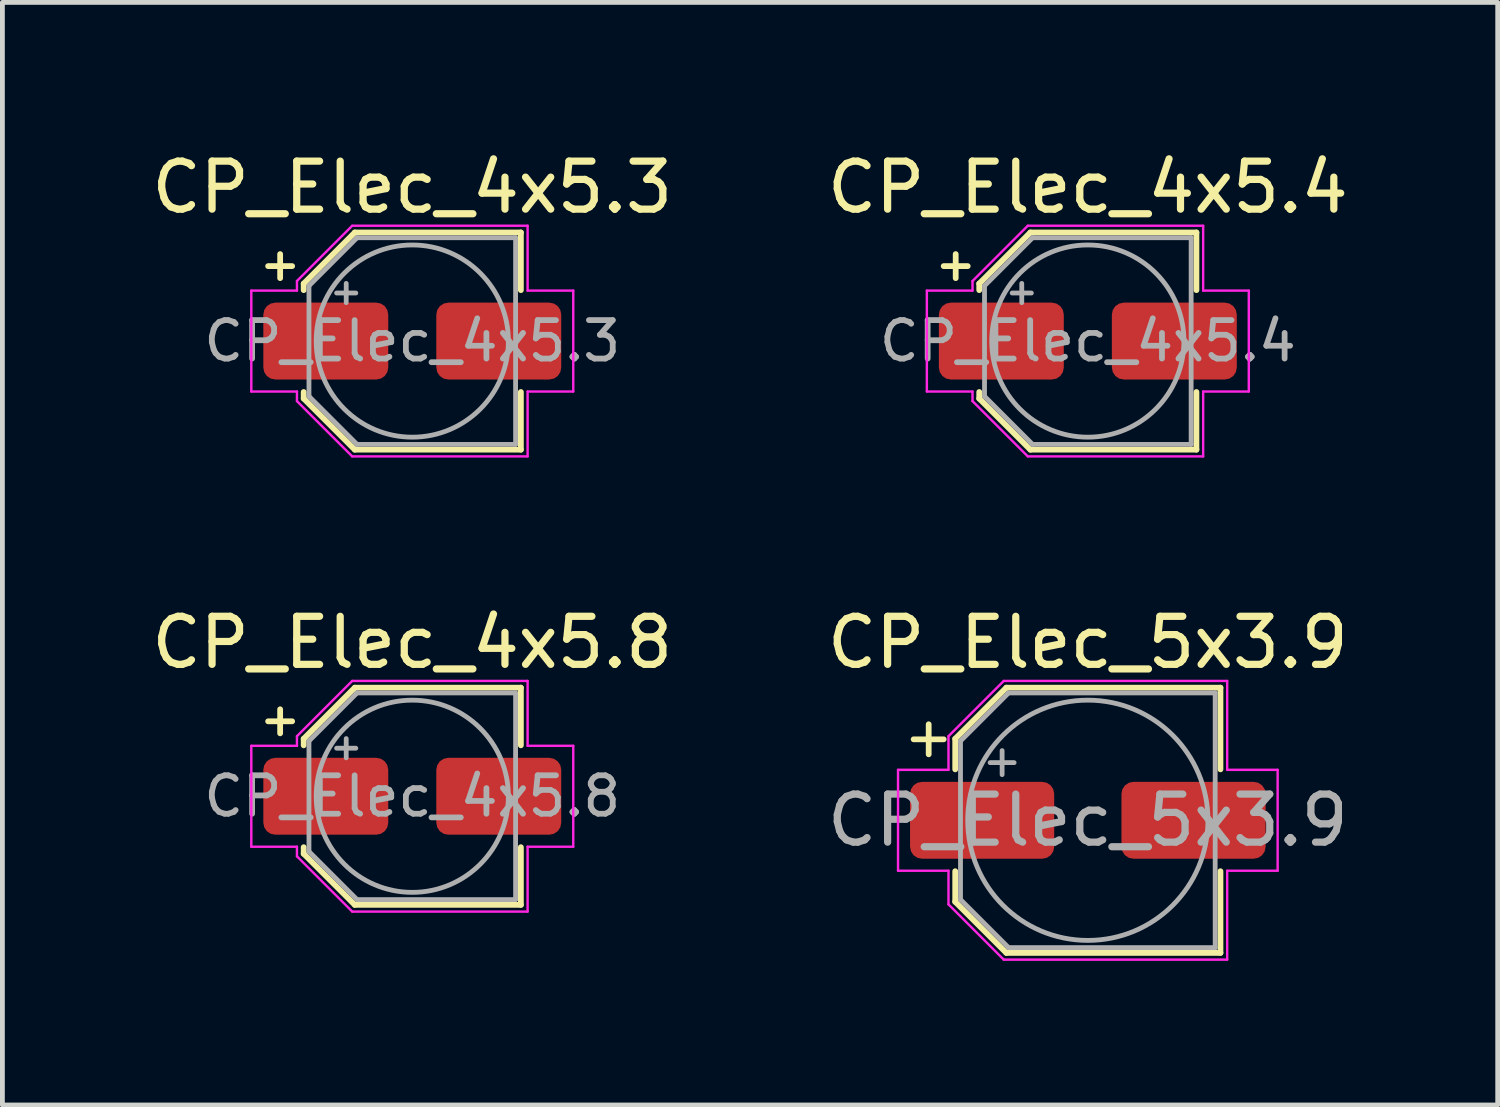
<source format=kicad_pcb>
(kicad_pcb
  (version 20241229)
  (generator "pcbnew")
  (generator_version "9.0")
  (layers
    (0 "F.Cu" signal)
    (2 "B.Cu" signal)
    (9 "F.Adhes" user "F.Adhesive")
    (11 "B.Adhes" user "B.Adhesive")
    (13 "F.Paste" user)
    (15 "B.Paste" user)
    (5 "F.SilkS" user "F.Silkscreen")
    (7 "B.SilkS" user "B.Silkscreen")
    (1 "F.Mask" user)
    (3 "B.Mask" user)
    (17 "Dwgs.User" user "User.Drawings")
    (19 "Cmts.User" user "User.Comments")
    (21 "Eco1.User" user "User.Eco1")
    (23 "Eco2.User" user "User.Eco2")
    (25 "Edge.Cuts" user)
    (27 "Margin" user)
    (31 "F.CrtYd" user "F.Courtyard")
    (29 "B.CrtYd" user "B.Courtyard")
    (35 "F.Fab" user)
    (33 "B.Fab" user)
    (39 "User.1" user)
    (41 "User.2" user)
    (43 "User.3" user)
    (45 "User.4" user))
  (footprint "CP_Elec_5x3.9"
    (layer "F.Cu")
    (at 19.589 14.021)
    (property "Reference" "CP_Elec_5x3.9" (at 0 -3.7 0) (layer "F.SilkS") (effects (font (size 1 1) (thickness 0.15))))
    (attr smd)
    (fp_line (start -3.625 -1.685) (end -3 -1.685) (stroke (width 0.12) (type solid)) (layer "F.SilkS"))
    (fp_line (start -3.312 -1.998) (end -3.312 -1.373) (stroke (width 0.12) (type solid)) (layer "F.SilkS"))
    (fp_line (start -2.76 -1.696) (end -2.76 -1.06) (stroke (width 0.12) (type solid)) (layer "F.SilkS"))
    (fp_line (start -2.76 -1.696) (end -1.696 -2.76) (stroke (width 0.12) (type solid)) (layer "F.SilkS"))
    (fp_line (start -2.76 1.696) (end -2.76 1.06) (stroke (width 0.12) (type solid)) (layer "F.SilkS"))
    (fp_line (start -2.76 1.696) (end -1.696 2.76) (stroke (width 0.12) (type solid)) (layer "F.SilkS"))
    (fp_line (start -1.696 -2.76) (end 2.76 -2.76) (stroke (width 0.12) (type solid)) (layer "F.SilkS"))
    (fp_line (start -1.696 2.76) (end 2.76 2.76) (stroke (width 0.12) (type solid)) (layer "F.SilkS"))
    (fp_line (start 2.76 -2.76) (end 2.76 -1.06) (stroke (width 0.12) (type solid)) (layer "F.SilkS"))
    (fp_line (start 2.76 2.76) (end 2.76 1.06) (stroke (width 0.12) (type solid)) (layer "F.SilkS"))
    (fp_line (start -3.95 -1.05) (end -3.95 1.05) (stroke (width 0.05) (type solid)) (layer "F.CrtYd"))
    (fp_line (start -3.95 1.05) (end -2.9 1.05) (stroke (width 0.05) (type solid)) (layer "F.CrtYd"))
    (fp_line (start -2.9 -1.75) (end -2.9 -1.05) (stroke (width 0.05) (type solid)) (layer "F.CrtYd"))
    (fp_line (start -2.9 -1.75) (end -1.75 -2.9) (stroke (width 0.05) (type solid)) (layer "F.CrtYd"))
    (fp_line (start -2.9 -1.05) (end -3.95 -1.05) (stroke (width 0.05) (type solid)) (layer "F.CrtYd"))
    (fp_line (start -2.9 1.05) (end -2.9 1.75) (stroke (width 0.05) (type solid)) (layer "F.CrtYd"))
    (fp_line (start -2.9 1.75) (end -1.75 2.9) (stroke (width 0.05) (type solid)) (layer "F.CrtYd"))
    (fp_line (start -1.75 -2.9) (end 2.9 -2.9) (stroke (width 0.05) (type solid)) (layer "F.CrtYd"))
    (fp_line (start -1.75 2.9) (end 2.9 2.9) (stroke (width 0.05) (type solid)) (layer "F.CrtYd"))
    (fp_line (start 2.9 -2.9) (end 2.9 -1.05) (stroke (width 0.05) (type solid)) (layer "F.CrtYd"))
    (fp_line (start 2.9 -1.05) (end 3.95 -1.05) (stroke (width 0.05) (type solid)) (layer "F.CrtYd"))
    (fp_line (start 2.9 1.05) (end 2.9 2.9) (stroke (width 0.05) (type solid)) (layer "F.CrtYd"))
    (fp_line (start 3.95 -1.05) (end 3.95 1.05) (stroke (width 0.05) (type solid)) (layer "F.CrtYd"))
    (fp_line (start 3.95 1.05) (end 2.9 1.05) (stroke (width 0.05) (type solid)) (layer "F.CrtYd"))
    (fp_line (start -2.65 -1.65) (end -2.65 1.65) (stroke (width 0.1) (type solid)) (layer "F.Fab"))
    (fp_line (start -2.65 -1.65) (end -1.65 -2.65) (stroke (width 0.1) (type solid)) (layer "F.Fab"))
    (fp_line (start -2.65 1.65) (end -1.65 2.65) (stroke (width 0.1) (type solid)) (layer "F.Fab"))
    (fp_line (start -2.034 -1.2) (end -1.534 -1.2) (stroke (width 0.1) (type solid)) (layer "F.Fab"))
    (fp_line (start -1.784 -1.45) (end -1.784 -0.95) (stroke (width 0.1) (type solid)) (layer "F.Fab"))
    (fp_line (start -1.65 -2.65) (end 2.65 -2.65) (stroke (width 0.1) (type solid)) (layer "F.Fab"))
    (fp_line (start -1.65 2.65) (end 2.65 2.65) (stroke (width 0.1) (type solid)) (layer "F.Fab"))
    (fp_line (start 2.65 -2.65) (end 2.65 2.65) (stroke (width 0.1) (type solid)) (layer "F.Fab"))
    (fp_circle (center 0 0) (end 2.5 0) (stroke (width 0.1) (type solid)) (fill no) (layer "F.Fab"))
    (fp_text user "${REFERENCE}" (at 0 0 0) (layer "F.Fab") (effects (font (size 1 1) (thickness 0.15))))
    (pad "1" smd roundrect (at -2.2 0) (size 3 1.6) (layers "F.Cu" "F.Mask" "F.Paste") (roundrect_rratio 0.156))
    (pad "2" smd roundrect (at 2.2 0) (size 3 1.6) (layers "F.Cu" "F.Mask" "F.Paste") (roundrect_rratio 0.156)))
  (footprint "CP_Elec_4x5.4"
    (layer "F.Cu")
    (at 19.589 4.048)
    (property "Reference" "CP_Elec_4x5.4" (at 0 -3.2 0) (layer "F.SilkS") (effects (font (size 1 1) (thickness 0.15))))
    (attr smd)
    (fp_line (start -3 -1.56) (end -2.5 -1.56) (stroke (width 0.12) (type solid)) (layer "F.SilkS"))
    (fp_line (start -2.75 -1.81) (end -2.75 -1.31) (stroke (width 0.12) (type solid)) (layer "F.SilkS"))
    (fp_line (start -2.26 -1.196) (end -2.26 -1.06) (stroke (width 0.12) (type solid)) (layer "F.SilkS"))
    (fp_line (start -2.26 -1.196) (end -1.196 -2.26) (stroke (width 0.12) (type solid)) (layer "F.SilkS"))
    (fp_line (start -2.26 1.196) (end -2.26 1.06) (stroke (width 0.12) (type solid)) (layer "F.SilkS"))
    (fp_line (start -2.26 1.196) (end -1.196 2.26) (stroke (width 0.12) (type solid)) (layer "F.SilkS"))
    (fp_line (start -1.196 -2.26) (end 2.26 -2.26) (stroke (width 0.12) (type solid)) (layer "F.SilkS"))
    (fp_line (start -1.196 2.26) (end 2.26 2.26) (stroke (width 0.12) (type solid)) (layer "F.SilkS"))
    (fp_line (start 2.26 -2.26) (end 2.26 -1.06) (stroke (width 0.12) (type solid)) (layer "F.SilkS"))
    (fp_line (start 2.26 2.26) (end 2.26 1.06) (stroke (width 0.12) (type solid)) (layer "F.SilkS"))
    (fp_line (start -3.35 -1.05) (end -3.35 1.05) (stroke (width 0.05) (type solid)) (layer "F.CrtYd"))
    (fp_line (start -3.35 1.05) (end -2.4 1.05) (stroke (width 0.05) (type solid)) (layer "F.CrtYd"))
    (fp_line (start -2.4 -1.25) (end -2.4 -1.05) (stroke (width 0.05) (type solid)) (layer "F.CrtYd"))
    (fp_line (start -2.4 -1.25) (end -1.25 -2.4) (stroke (width 0.05) (type solid)) (layer "F.CrtYd"))
    (fp_line (start -2.4 -1.05) (end -3.35 -1.05) (stroke (width 0.05) (type solid)) (layer "F.CrtYd"))
    (fp_line (start -2.4 1.05) (end -2.4 1.25) (stroke (width 0.05) (type solid)) (layer "F.CrtYd"))
    (fp_line (start -2.4 1.25) (end -1.25 2.4) (stroke (width 0.05) (type solid)) (layer "F.CrtYd"))
    (fp_line (start -1.25 -2.4) (end 2.4 -2.4) (stroke (width 0.05) (type solid)) (layer "F.CrtYd"))
    (fp_line (start -1.25 2.4) (end 2.4 2.4) (stroke (width 0.05) (type solid)) (layer "F.CrtYd"))
    (fp_line (start 2.4 -2.4) (end 2.4 -1.05) (stroke (width 0.05) (type solid)) (layer "F.CrtYd"))
    (fp_line (start 2.4 -1.05) (end 3.35 -1.05) (stroke (width 0.05) (type solid)) (layer "F.CrtYd"))
    (fp_line (start 2.4 1.05) (end 2.4 2.4) (stroke (width 0.05) (type solid)) (layer "F.CrtYd"))
    (fp_line (start 3.35 -1.05) (end 3.35 1.05) (stroke (width 0.05) (type solid)) (layer "F.CrtYd"))
    (fp_line (start 3.35 1.05) (end 2.4 1.05) (stroke (width 0.05) (type solid)) (layer "F.CrtYd"))
    (fp_line (start -2.15 -1.15) (end -2.15 1.15) (stroke (width 0.1) (type solid)) (layer "F.Fab"))
    (fp_line (start -2.15 -1.15) (end -1.15 -2.15) (stroke (width 0.1) (type solid)) (layer "F.Fab"))
    (fp_line (start -2.15 1.15) (end -1.15 2.15) (stroke (width 0.1) (type solid)) (layer "F.Fab"))
    (fp_line (start -1.575 -1) (end -1.175 -1) (stroke (width 0.1) (type solid)) (layer "F.Fab"))
    (fp_line (start -1.375 -1.2) (end -1.375 -0.8) (stroke (width 0.1) (type solid)) (layer "F.Fab"))
    (fp_line (start -1.15 -2.15) (end 2.15 -2.15) (stroke (width 0.1) (type solid)) (layer "F.Fab"))
    (fp_line (start -1.15 2.15) (end 2.15 2.15) (stroke (width 0.1) (type solid)) (layer "F.Fab"))
    (fp_line (start 2.15 -2.15) (end 2.15 2.15) (stroke (width 0.1) (type solid)) (layer "F.Fab"))
    (fp_circle (center 0 0) (end 2 0) (stroke (width 0.1) (type solid)) (fill no) (layer "F.Fab"))
    (fp_text user "${REFERENCE}" (at 0 0 0) (layer "F.Fab") (effects (font (size 0.8 0.8) (thickness 0.12))))
    (pad "1" smd roundrect (at -1.8 0) (size 2.6 1.6) (layers "F.Cu" "F.Mask" "F.Paste") (roundrect_rratio 0.156))
    (pad "2" smd roundrect (at 1.8 0) (size 2.6 1.6) (layers "F.Cu" "F.Mask" "F.Paste") (roundrect_rratio 0.156)))
  (footprint "CP_Elec_4x5.8"
    (layer "F.Cu")
    (at 5.53 13.521)
    (property "Reference" "CP_Elec_4x5.8" (at 0 -3.2 0) (layer "F.SilkS") (effects (font (size 1 1) (thickness 0.15))))
    (attr smd)
    (fp_line (start -3 -1.56) (end -2.5 -1.56) (stroke (width 0.12) (type solid)) (layer "F.SilkS"))
    (fp_line (start -2.75 -1.81) (end -2.75 -1.31) (stroke (width 0.12) (type solid)) (layer "F.SilkS"))
    (fp_line (start -2.26 -1.196) (end -2.26 -1.06) (stroke (width 0.12) (type solid)) (layer "F.SilkS"))
    (fp_line (start -2.26 -1.196) (end -1.196 -2.26) (stroke (width 0.12) (type solid)) (layer "F.SilkS"))
    (fp_line (start -2.26 1.196) (end -2.26 1.06) (stroke (width 0.12) (type solid)) (layer "F.SilkS"))
    (fp_line (start -2.26 1.196) (end -1.196 2.26) (stroke (width 0.12) (type solid)) (layer "F.SilkS"))
    (fp_line (start -1.196 -2.26) (end 2.26 -2.26) (stroke (width 0.12) (type solid)) (layer "F.SilkS"))
    (fp_line (start -1.196 2.26) (end 2.26 2.26) (stroke (width 0.12) (type solid)) (layer "F.SilkS"))
    (fp_line (start 2.26 -2.26) (end 2.26 -1.06) (stroke (width 0.12) (type solid)) (layer "F.SilkS"))
    (fp_line (start 2.26 2.26) (end 2.26 1.06) (stroke (width 0.12) (type solid)) (layer "F.SilkS"))
    (fp_line (start -3.35 -1.05) (end -3.35 1.05) (stroke (width 0.05) (type solid)) (layer "F.CrtYd"))
    (fp_line (start -3.35 1.05) (end -2.4 1.05) (stroke (width 0.05) (type solid)) (layer "F.CrtYd"))
    (fp_line (start -2.4 -1.25) (end -2.4 -1.05) (stroke (width 0.05) (type solid)) (layer "F.CrtYd"))
    (fp_line (start -2.4 -1.25) (end -1.25 -2.4) (stroke (width 0.05) (type solid)) (layer "F.CrtYd"))
    (fp_line (start -2.4 -1.05) (end -3.35 -1.05) (stroke (width 0.05) (type solid)) (layer "F.CrtYd"))
    (fp_line (start -2.4 1.05) (end -2.4 1.25) (stroke (width 0.05) (type solid)) (layer "F.CrtYd"))
    (fp_line (start -2.4 1.25) (end -1.25 2.4) (stroke (width 0.05) (type solid)) (layer "F.CrtYd"))
    (fp_line (start -1.25 -2.4) (end 2.4 -2.4) (stroke (width 0.05) (type solid)) (layer "F.CrtYd"))
    (fp_line (start -1.25 2.4) (end 2.4 2.4) (stroke (width 0.05) (type solid)) (layer "F.CrtYd"))
    (fp_line (start 2.4 -2.4) (end 2.4 -1.05) (stroke (width 0.05) (type solid)) (layer "F.CrtYd"))
    (fp_line (start 2.4 -1.05) (end 3.35 -1.05) (stroke (width 0.05) (type solid)) (layer "F.CrtYd"))
    (fp_line (start 2.4 1.05) (end 2.4 2.4) (stroke (width 0.05) (type solid)) (layer "F.CrtYd"))
    (fp_line (start 3.35 -1.05) (end 3.35 1.05) (stroke (width 0.05) (type solid)) (layer "F.CrtYd"))
    (fp_line (start 3.35 1.05) (end 2.4 1.05) (stroke (width 0.05) (type solid)) (layer "F.CrtYd"))
    (fp_line (start -2.15 -1.15) (end -2.15 1.15) (stroke (width 0.1) (type solid)) (layer "F.Fab"))
    (fp_line (start -2.15 -1.15) (end -1.15 -2.15) (stroke (width 0.1) (type solid)) (layer "F.Fab"))
    (fp_line (start -2.15 1.15) (end -1.15 2.15) (stroke (width 0.1) (type solid)) (layer "F.Fab"))
    (fp_line (start -1.575 -1) (end -1.175 -1) (stroke (width 0.1) (type solid)) (layer "F.Fab"))
    (fp_line (start -1.375 -1.2) (end -1.375 -0.8) (stroke (width 0.1) (type solid)) (layer "F.Fab"))
    (fp_line (start -1.15 -2.15) (end 2.15 -2.15) (stroke (width 0.1) (type solid)) (layer "F.Fab"))
    (fp_line (start -1.15 2.15) (end 2.15 2.15) (stroke (width 0.1) (type solid)) (layer "F.Fab"))
    (fp_line (start 2.15 -2.15) (end 2.15 2.15) (stroke (width 0.1) (type solid)) (layer "F.Fab"))
    (fp_circle (center 0 0) (end 2 0) (stroke (width 0.1) (type solid)) (fill no) (layer "F.Fab"))
    (fp_text user "${REFERENCE}" (at 0 0 0) (layer "F.Fab") (effects (font (size 0.8 0.8) (thickness 0.12))))
    (pad "1" smd roundrect (at -1.8 0) (size 2.6 1.6) (layers "F.Cu" "F.Mask" "F.Paste") (roundrect_rratio 0.156))
    (pad "2" smd roundrect (at 1.8 0) (size 2.6 1.6) (layers "F.Cu" "F.Mask" "F.Paste") (roundrect_rratio 0.156)))
  (footprint "CP_Elec_4x5.3"
    (layer "F.Cu")
    (at 5.53 4.048)
    (property "Reference" "CP_Elec_4x5.3" (at 0 -3.2 0) (layer "F.SilkS") (effects (font (size 1 1) (thickness 0.15))))
    (attr smd)
    (fp_line (start -3 -1.56) (end -2.5 -1.56) (stroke (width 0.12) (type solid)) (layer "F.SilkS"))
    (fp_line (start -2.75 -1.81) (end -2.75 -1.31) (stroke (width 0.12) (type solid)) (layer "F.SilkS"))
    (fp_line (start -2.26 -1.196) (end -2.26 -1.06) (stroke (width 0.12) (type solid)) (layer "F.SilkS"))
    (fp_line (start -2.26 -1.196) (end -1.196 -2.26) (stroke (width 0.12) (type solid)) (layer "F.SilkS"))
    (fp_line (start -2.26 1.196) (end -2.26 1.06) (stroke (width 0.12) (type solid)) (layer "F.SilkS"))
    (fp_line (start -2.26 1.196) (end -1.196 2.26) (stroke (width 0.12) (type solid)) (layer "F.SilkS"))
    (fp_line (start -1.196 -2.26) (end 2.26 -2.26) (stroke (width 0.12) (type solid)) (layer "F.SilkS"))
    (fp_line (start -1.196 2.26) (end 2.26 2.26) (stroke (width 0.12) (type solid)) (layer "F.SilkS"))
    (fp_line (start 2.26 -2.26) (end 2.26 -1.06) (stroke (width 0.12) (type solid)) (layer "F.SilkS"))
    (fp_line (start 2.26 2.26) (end 2.26 1.06) (stroke (width 0.12) (type solid)) (layer "F.SilkS"))
    (fp_line (start -3.35 -1.05) (end -3.35 1.05) (stroke (width 0.05) (type solid)) (layer "F.CrtYd"))
    (fp_line (start -3.35 1.05) (end -2.4 1.05) (stroke (width 0.05) (type solid)) (layer "F.CrtYd"))
    (fp_line (start -2.4 -1.25) (end -2.4 -1.05) (stroke (width 0.05) (type solid)) (layer "F.CrtYd"))
    (fp_line (start -2.4 -1.25) (end -1.25 -2.4) (stroke (width 0.05) (type solid)) (layer "F.CrtYd"))
    (fp_line (start -2.4 -1.05) (end -3.35 -1.05) (stroke (width 0.05) (type solid)) (layer "F.CrtYd"))
    (fp_line (start -2.4 1.05) (end -2.4 1.25) (stroke (width 0.05) (type solid)) (layer "F.CrtYd"))
    (fp_line (start -2.4 1.25) (end -1.25 2.4) (stroke (width 0.05) (type solid)) (layer "F.CrtYd"))
    (fp_line (start -1.25 -2.4) (end 2.4 -2.4) (stroke (width 0.05) (type solid)) (layer "F.CrtYd"))
    (fp_line (start -1.25 2.4) (end 2.4 2.4) (stroke (width 0.05) (type solid)) (layer "F.CrtYd"))
    (fp_line (start 2.4 -2.4) (end 2.4 -1.05) (stroke (width 0.05) (type solid)) (layer "F.CrtYd"))
    (fp_line (start 2.4 -1.05) (end 3.35 -1.05) (stroke (width 0.05) (type solid)) (layer "F.CrtYd"))
    (fp_line (start 2.4 1.05) (end 2.4 2.4) (stroke (width 0.05) (type solid)) (layer "F.CrtYd"))
    (fp_line (start 3.35 -1.05) (end 3.35 1.05) (stroke (width 0.05) (type solid)) (layer "F.CrtYd"))
    (fp_line (start 3.35 1.05) (end 2.4 1.05) (stroke (width 0.05) (type solid)) (layer "F.CrtYd"))
    (fp_line (start -2.15 -1.15) (end -2.15 1.15) (stroke (width 0.1) (type solid)) (layer "F.Fab"))
    (fp_line (start -2.15 -1.15) (end -1.15 -2.15) (stroke (width 0.1) (type solid)) (layer "F.Fab"))
    (fp_line (start -2.15 1.15) (end -1.15 2.15) (stroke (width 0.1) (type solid)) (layer "F.Fab"))
    (fp_line (start -1.575 -1) (end -1.175 -1) (stroke (width 0.1) (type solid)) (layer "F.Fab"))
    (fp_line (start -1.375 -1.2) (end -1.375 -0.8) (stroke (width 0.1) (type solid)) (layer "F.Fab"))
    (fp_line (start -1.15 -2.15) (end 2.15 -2.15) (stroke (width 0.1) (type solid)) (layer "F.Fab"))
    (fp_line (start -1.15 2.15) (end 2.15 2.15) (stroke (width 0.1) (type solid)) (layer "F.Fab"))
    (fp_line (start 2.15 -2.15) (end 2.15 2.15) (stroke (width 0.1) (type solid)) (layer "F.Fab"))
    (fp_circle (center 0 0) (end 2 0) (stroke (width 0.1) (type solid)) (fill no) (layer "F.Fab"))
    (fp_text user "${REFERENCE}" (at 0 0 0) (layer "F.Fab") (effects (font (size 0.8 0.8) (thickness 0.12))))
    (pad "1" smd roundrect (at -1.8 0) (size 2.6 1.6) (layers "F.Cu" "F.Mask" "F.Paste") (roundrect_rratio 0.156))
    (pad "2" smd roundrect (at 1.8 0) (size 2.6 1.6) (layers "F.Cu" "F.Mask" "F.Paste") (roundrect_rratio 0.156)))
  (gr_rect
    (start -3 -3)
    (end 28.119 19.947)
    (stroke (width 0.1) (type default))
    (fill no)
    (layer "Edge.Cuts")))
</source>
